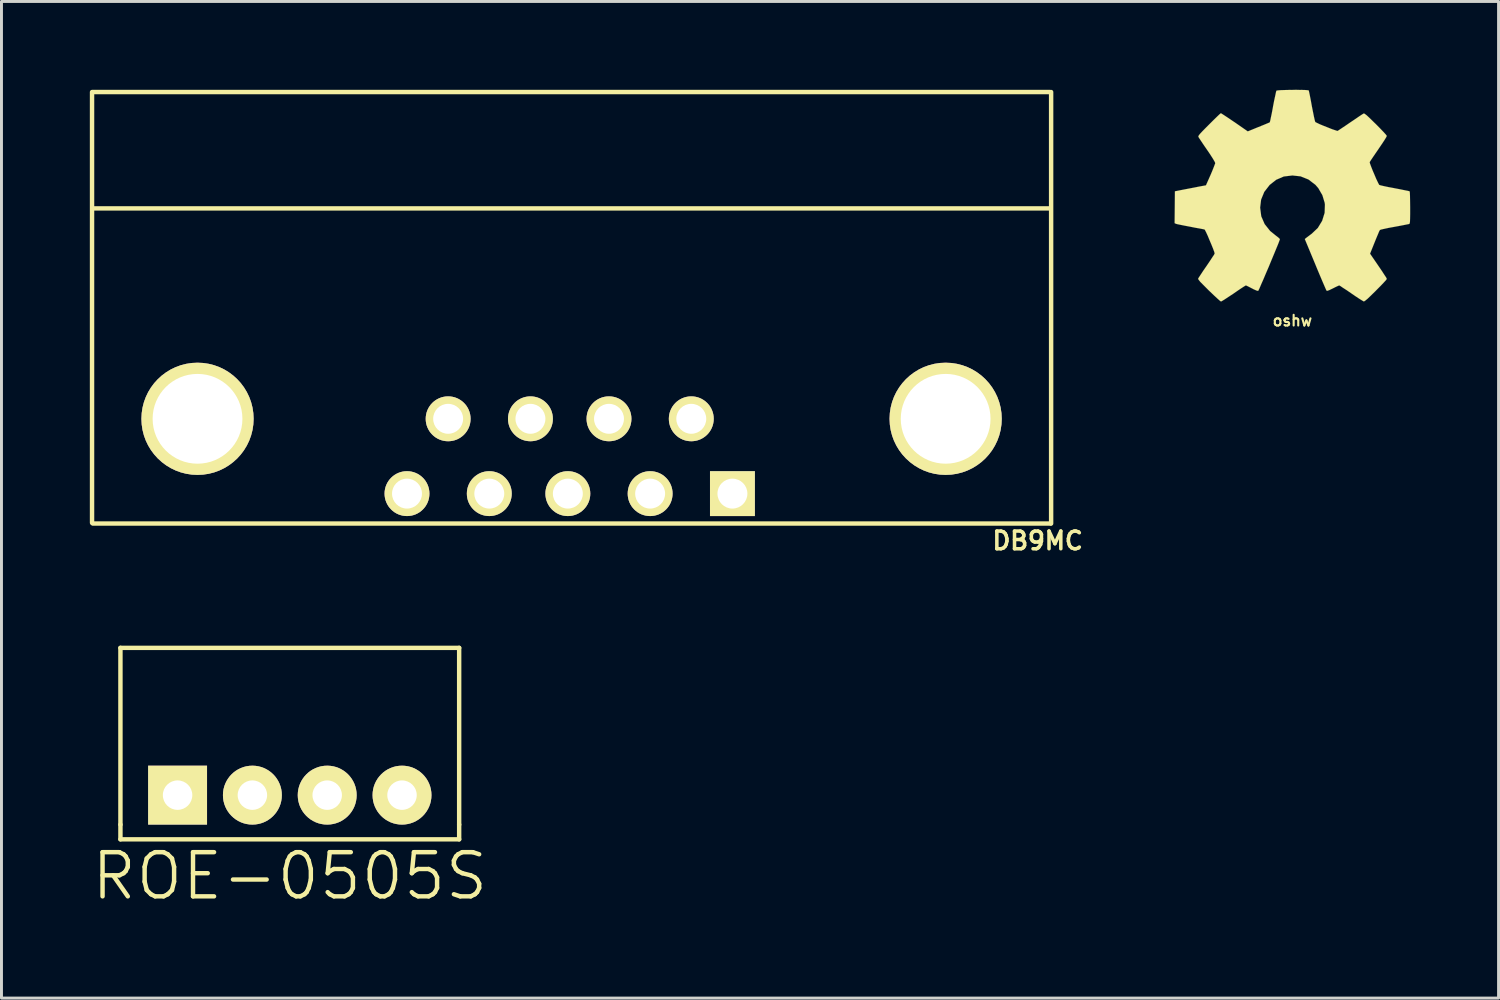
<source format=kicad_pcb>
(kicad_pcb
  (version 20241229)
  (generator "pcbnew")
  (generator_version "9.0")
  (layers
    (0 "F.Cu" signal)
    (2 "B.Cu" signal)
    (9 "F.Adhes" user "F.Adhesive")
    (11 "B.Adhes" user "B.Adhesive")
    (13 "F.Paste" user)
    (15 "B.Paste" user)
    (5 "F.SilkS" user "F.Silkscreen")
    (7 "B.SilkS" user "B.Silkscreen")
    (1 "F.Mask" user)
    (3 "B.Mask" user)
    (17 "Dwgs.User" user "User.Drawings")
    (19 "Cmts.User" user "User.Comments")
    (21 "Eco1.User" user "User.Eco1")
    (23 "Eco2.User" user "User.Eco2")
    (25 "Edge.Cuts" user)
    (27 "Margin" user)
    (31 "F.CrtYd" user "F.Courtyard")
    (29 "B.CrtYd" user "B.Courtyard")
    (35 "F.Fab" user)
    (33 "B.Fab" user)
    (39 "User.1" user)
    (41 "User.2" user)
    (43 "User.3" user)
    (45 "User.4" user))
  (footprint "oshw"
    (layer "F.Cu")
    (at 40.828 3.595)
    (property "Reference" "oshw" (at 0 4.242 0) (layer "F.SilkS") (effects (font (size 0.363 0.363) (thickness 0.071))))
    (attr through_hole)
    (fp_poly (pts (xy -2.423 3.592) (xy -2.383 3.571) (xy -2.289 3.513) (xy -2.154 3.424) (xy -1.996 3.32) (xy -1.839 3.211) (xy -1.709 3.124) (xy -1.618 3.066) (xy -1.58 3.045) (xy -1.56 3.051) (xy -1.483 3.089) (xy -1.374 3.145) (xy -1.311 3.178) (xy -1.212 3.221) (xy -1.161 3.231) (xy -1.153 3.216) (xy -1.115 3.139) (xy -1.059 3.007) (xy -0.983 2.835) (xy -0.897 2.631) (xy -0.803 2.413) (xy -0.711 2.189) (xy -0.622 1.976) (xy -0.544 1.786) (xy -0.48 1.631) (xy -0.439 1.521) (xy -0.424 1.476) (xy -0.429 1.466) (xy -0.48 1.417) (xy -0.566 1.351) (xy -0.757 1.196) (xy -0.942 0.963) (xy -1.057 0.699) (xy -1.095 0.404) (xy -1.062 0.132) (xy -0.955 -0.13) (xy -0.772 -0.366) (xy -0.551 -0.541) (xy -0.292 -0.653) (xy 0 -0.688) (xy 0.279 -0.658) (xy 0.546 -0.551) (xy 0.782 -0.371) (xy 0.881 -0.257) (xy 1.019 -0.018) (xy 1.097 0.239) (xy 1.105 0.302) (xy 1.095 0.584) (xy 1.011 0.853) (xy 0.864 1.095) (xy 0.658 1.29) (xy 0.63 1.311) (xy 0.536 1.382) (xy 0.472 1.43) (xy 0.422 1.471) (xy 0.78 2.332) (xy 0.836 2.469) (xy 0.935 2.705) (xy 1.021 2.908) (xy 1.09 3.068) (xy 1.138 3.178) (xy 1.158 3.221) (xy 1.161 3.223) (xy 1.191 3.228) (xy 1.257 3.203) (xy 1.377 3.145) (xy 1.458 3.104) (xy 1.549 3.061) (xy 1.59 3.045) (xy 1.626 3.063) (xy 1.712 3.122) (xy 1.841 3.205) (xy 1.994 3.31) (xy 2.141 3.411) (xy 2.276 3.5) (xy 2.375 3.561) (xy 2.423 3.589) (xy 2.431 3.589) (xy 2.471 3.564) (xy 2.55 3.5) (xy 2.667 3.388) (xy 2.832 3.226) (xy 2.857 3.2) (xy 2.995 3.061) (xy 3.106 2.944) (xy 3.18 2.863) (xy 3.205 2.824) (xy 3.183 2.776) (xy 3.119 2.68) (xy 3.03 2.543) (xy 2.921 2.383) (xy 2.637 1.968) (xy 2.794 1.577) (xy 2.842 1.458) (xy 2.903 1.313) (xy 2.946 1.209) (xy 2.972 1.163) (xy 3.012 1.148) (xy 3.122 1.123) (xy 3.277 1.09) (xy 3.459 1.057) (xy 3.637 1.024) (xy 3.797 0.993) (xy 3.912 0.97) (xy 3.962 0.96) (xy 3.975 0.953) (xy 3.985 0.927) (xy 3.993 0.874) (xy 3.995 0.777) (xy 3.998 0.625) (xy 3.998 0.404) (xy 3.998 0.381) (xy 3.995 0.17) (xy 3.993 0.003) (xy 3.988 -0.107) (xy 3.98 -0.15) (xy 3.929 -0.163) (xy 3.818 -0.185) (xy 3.658 -0.218) (xy 3.467 -0.254) (xy 3.457 -0.257) (xy 3.266 -0.292) (xy 3.109 -0.325) (xy 2.997 -0.351) (xy 2.951 -0.366) (xy 2.941 -0.378) (xy 2.903 -0.452) (xy 2.847 -0.569) (xy 2.786 -0.714) (xy 2.723 -0.861) (xy 2.67 -0.996) (xy 2.634 -1.095) (xy 2.624 -1.14) (xy 2.652 -1.186) (xy 2.718 -1.285) (xy 2.809 -1.42) (xy 2.921 -1.582) (xy 2.929 -1.595) (xy 3.038 -1.755) (xy 3.127 -1.89) (xy 3.185 -1.986) (xy 3.205 -2.029) (xy 3.205 -2.032) (xy 3.17 -2.08) (xy 3.089 -2.169) (xy 2.972 -2.291) (xy 2.832 -2.433) (xy 2.786 -2.477) (xy 2.631 -2.629) (xy 2.525 -2.728) (xy 2.456 -2.781) (xy 2.423 -2.794) (xy 2.423 -2.791) (xy 2.375 -2.764) (xy 2.273 -2.697) (xy 2.136 -2.603) (xy 1.974 -2.494) (xy 1.963 -2.487) (xy 1.803 -2.377) (xy 1.671 -2.289) (xy 1.575 -2.225) (xy 1.534 -2.2) (xy 1.527 -2.2) (xy 1.463 -2.22) (xy 1.349 -2.258) (xy 1.209 -2.314) (xy 1.062 -2.372) (xy 0.927 -2.428) (xy 0.826 -2.477) (xy 0.777 -2.502) (xy 0.777 -2.504) (xy 0.759 -2.563) (xy 0.732 -2.682) (xy 0.699 -2.847) (xy 0.66 -3.043) (xy 0.655 -3.073) (xy 0.62 -3.264) (xy 0.589 -3.421) (xy 0.566 -3.531) (xy 0.554 -3.576) (xy 0.528 -3.581) (xy 0.434 -3.589) (xy 0.292 -3.592) (xy 0.119 -3.594) (xy -0.061 -3.592) (xy -0.236 -3.589) (xy -0.389 -3.584) (xy -0.495 -3.576) (xy -0.541 -3.566) (xy -0.544 -3.564) (xy -0.559 -3.505) (xy -0.584 -3.386) (xy -0.62 -3.221) (xy -0.658 -3.023) (xy -0.663 -2.99) (xy -0.699 -2.799) (xy -0.732 -2.644) (xy -0.754 -2.535) (xy -0.767 -2.494) (xy -0.782 -2.484) (xy -0.861 -2.451) (xy -0.988 -2.398) (xy -1.148 -2.334) (xy -1.514 -2.184) (xy -1.961 -2.494) (xy -2.004 -2.522) (xy -2.164 -2.631) (xy -2.299 -2.72) (xy -2.39 -2.779) (xy -2.428 -2.802) (xy -2.431 -2.799) (xy -2.477 -2.761) (xy -2.565 -2.677) (xy -2.687 -2.558) (xy -2.827 -2.418) (xy -2.931 -2.314) (xy -3.056 -2.187) (xy -3.134 -2.103) (xy -3.178 -2.047) (xy -3.193 -2.014) (xy -3.188 -1.994) (xy -3.16 -1.948) (xy -3.094 -1.849) (xy -3.002 -1.712) (xy -2.893 -1.554) (xy -2.802 -1.42) (xy -2.705 -1.27) (xy -2.642 -1.163) (xy -2.619 -1.11) (xy -2.624 -1.087) (xy -2.657 -1.001) (xy -2.71 -0.866) (xy -2.776 -0.709) (xy -2.934 -0.353) (xy -3.167 -0.31) (xy -3.307 -0.282) (xy -3.505 -0.244) (xy -3.693 -0.208) (xy -3.988 -0.15) (xy -3.998 0.932) (xy -3.952 0.953) (xy -3.909 0.965) (xy -3.8 0.988) (xy -3.645 1.019) (xy -3.459 1.054) (xy -3.305 1.085) (xy -3.145 1.113) (xy -3.033 1.135) (xy -2.982 1.146) (xy -2.969 1.163) (xy -2.929 1.24) (xy -2.873 1.361) (xy -2.812 1.509) (xy -2.748 1.659) (xy -2.692 1.798) (xy -2.652 1.905) (xy -2.639 1.961) (xy -2.659 2.004) (xy -2.72 2.095) (xy -2.807 2.228) (xy -2.913 2.385) (xy -3.023 2.543) (xy -3.111 2.677) (xy -3.175 2.774) (xy -3.2 2.817) (xy -3.188 2.847) (xy -3.127 2.924) (xy -3.007 3.045) (xy -2.832 3.221) (xy -2.802 3.249) (xy -2.662 3.383) (xy -2.543 3.493) (xy -2.461 3.566) (xy -2.423 3.592)) (stroke (width 0.003) (type solid)) (fill yes) (layer "F.SilkS")))
  (footprint "ROE-0505S"
    (layer "F.Cu")
    (at 6.789 23.946)
    (property "Reference" "ROE-0505S" (at 0 2.75 0) (layer "F.SilkS") (effects (font (size 1.5 1.5) (thickness 0.15))))
    (attr through_hole)
    (fp_line (start -5.75 -5) (end 5.75 -5) (stroke (width 0.15) (type solid)) (layer "F.SilkS"))
    (fp_line (start -5.75 1) (end -5.75 -5) (stroke (width 0.15) (type solid)) (layer "F.SilkS"))
    (fp_line (start -5.75 1) (end -5.75 1.5) (stroke (width 0.15) (type solid)) (layer "F.SilkS"))
    (fp_line (start -5.75 1.5) (end 5.75 1.5) (stroke (width 0.15) (type solid)) (layer "F.SilkS"))
    (fp_line (start 5.75 -5) (end 5.75 1) (stroke (width 0.15) (type solid)) (layer "F.SilkS"))
    (fp_line (start 5.75 1.5) (end 5.75 1) (stroke (width 0.15) (type solid)) (layer "F.SilkS"))
    (pad "1" thru_hole rect (at -3.81 0) (size 2 2) (drill 1) (layers "*.Cu" "*.Mask" "F.SilkS"))
    (pad "2" thru_hole circle (at -1.27 0) (size 2 2) (drill 1) (layers "*.Cu" "*.Mask" "F.SilkS"))
    (pad "3" thru_hole circle (at 1.27 0) (size 2 2) (drill 1) (layers "*.Cu" "*.Mask" "F.SilkS"))
    (pad "4" thru_hole circle (at 3.81 0) (size 2 2) (drill 1) (layers "*.Cu" "*.Mask" "F.SilkS")))
  (footprint "DB9MC"
    (layer "F.Cu")
    (at 16.229 12.439)
    (property "Reference" "DB9MC" (at 15.951 2.87 180) (layer "F.SilkS") (effects (font (size 0.6 0.6) (thickness 0.12))))
    (attr through_hole)
    (fp_line (start -16.154 2.261) (end -16.154 -12.364) (stroke (width 0.15) (type solid)) (layer "F.SilkS"))
    (fp_line (start -16.129 -12.364) (end 16.37 -12.364) (stroke (width 0.15) (type solid)) (layer "F.SilkS"))
    (fp_line (start -16.129 -8.414) (end 16.37 -8.414) (stroke (width 0.15) (type solid)) (layer "F.SilkS"))
    (fp_line (start -16.129 2.286) (end 16.383 2.286) (stroke (width 0.15) (type solid)) (layer "F.SilkS"))
    (fp_line (start 16.408 2.286) (end 16.408 -12.364) (stroke (width 0.15) (type solid)) (layer "F.SilkS"))
    (pad "" thru_hole circle (at -12.573 -1.27) (size 3.81 3.81) (drill 3.048) (layers "*.Cu" "*.Mask" "F.SilkS"))
    (pad "" thru_hole circle (at 12.827 -1.27) (size 3.81 3.81) (drill 3.048) (layers "*.Cu" "*.Mask" "F.SilkS"))
    (pad "1" thru_hole rect (at 5.588 1.27) (size 1.524 1.524) (drill 1.016) (layers "*.Cu" "*.Mask" "F.SilkS"))
    (pad "2" thru_hole circle (at 2.794 1.27) (size 1.524 1.524) (drill 1.016) (layers "*.Cu" "*.Mask" "F.SilkS"))
    (pad "3" thru_hole circle (at 0 1.27) (size 1.524 1.524) (drill 1.016) (layers "*.Cu" "*.Mask" "F.SilkS"))
    (pad "4" thru_hole circle (at -2.667 1.27) (size 1.524 1.524) (drill 1.016) (layers "*.Cu" "*.Mask" "F.SilkS"))
    (pad "5" thru_hole circle (at -5.461 1.27) (size 1.524 1.524) (drill 1.016) (layers "*.Cu" "*.Mask" "F.SilkS"))
    (pad "6" thru_hole circle (at 4.191 -1.27) (size 1.524 1.524) (drill 1.016) (layers "*.Cu" "*.Mask" "F.SilkS"))
    (pad "7" thru_hole circle (at 1.397 -1.27) (size 1.524 1.524) (drill 1.016) (layers "*.Cu" "*.Mask" "F.SilkS"))
    (pad "8" thru_hole circle (at -1.27 -1.27) (size 1.524 1.524) (drill 1.016) (layers "*.Cu" "*.Mask" "F.SilkS"))
    (pad "9" thru_hole circle (at -4.064 -1.27) (size 1.524 1.524) (drill 1.016) (layers "*.Cu" "*.Mask" "F.SilkS")))
  (gr_rect
    (start -3 -3)
    (end 47.828 30.837)
    (stroke (width 0.1) (type default))
    (fill no)
    (layer "Edge.Cuts")))
</source>
